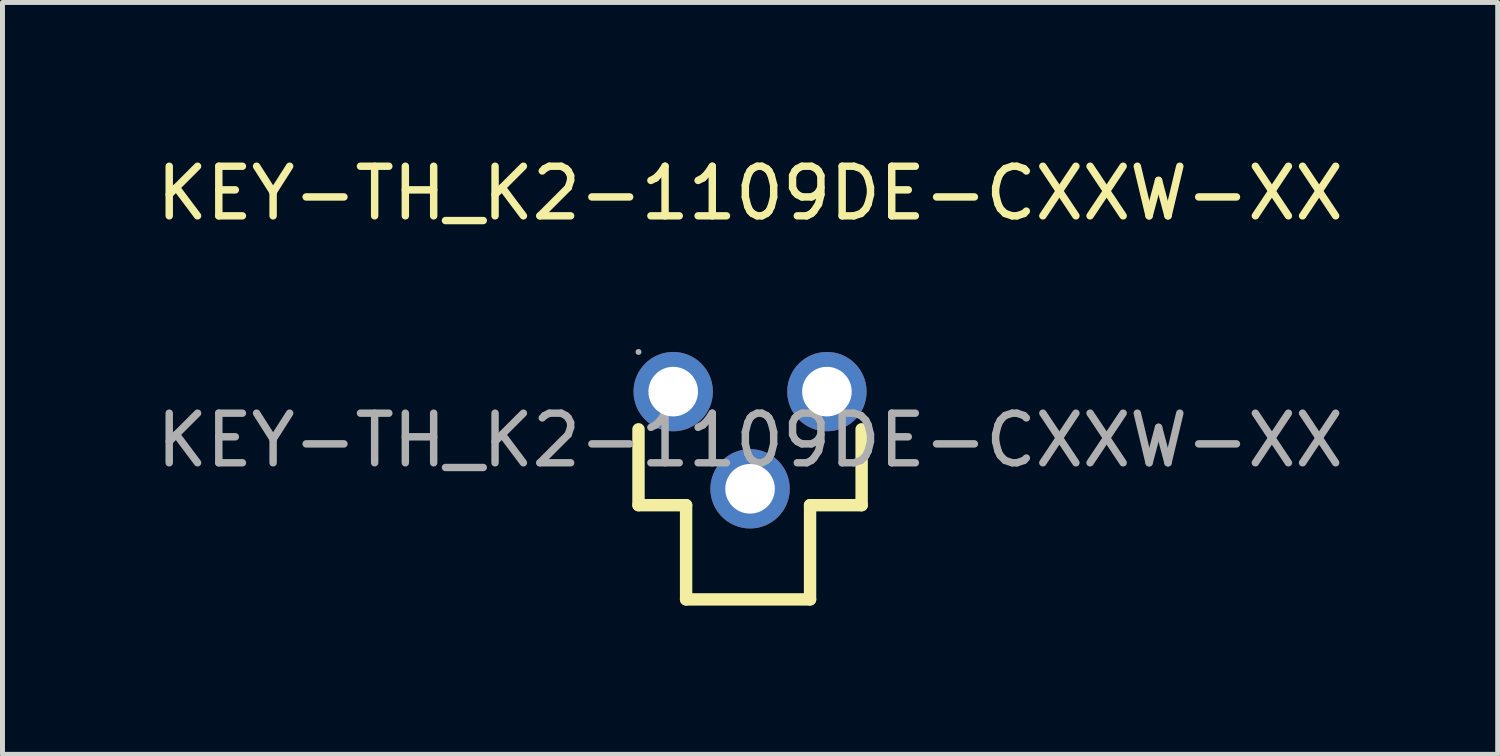
<source format=kicad_pcb>
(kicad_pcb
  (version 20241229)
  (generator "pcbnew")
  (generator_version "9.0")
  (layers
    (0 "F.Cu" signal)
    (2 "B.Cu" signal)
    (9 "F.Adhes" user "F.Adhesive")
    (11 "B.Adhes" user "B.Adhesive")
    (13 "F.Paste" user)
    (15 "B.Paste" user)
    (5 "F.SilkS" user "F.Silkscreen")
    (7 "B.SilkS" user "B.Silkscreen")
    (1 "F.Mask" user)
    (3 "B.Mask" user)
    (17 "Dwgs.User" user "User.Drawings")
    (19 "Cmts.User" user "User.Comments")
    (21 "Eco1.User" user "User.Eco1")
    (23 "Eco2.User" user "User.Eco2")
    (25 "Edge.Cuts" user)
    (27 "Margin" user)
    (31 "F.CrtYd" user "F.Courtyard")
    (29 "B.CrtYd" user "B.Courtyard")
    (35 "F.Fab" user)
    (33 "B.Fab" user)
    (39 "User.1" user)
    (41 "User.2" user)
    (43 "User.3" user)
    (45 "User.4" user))
  (footprint "KEY-TH_K2-1109DE-CXXW-XX"
    (layer "F.Cu")
    (at 12.077 5.828)
    (property "Reference" "KEY-TH_K2-1109DE-CXXW-XX" (at 0 -4.98 0) (layer "F.SilkS") (effects (font (size 1 1) (thickness 0.15))))
    (attr through_hole)
    (fp_line (start -2.25 1.31) (end -2.25 -0.22) (stroke (width 0.25) (type solid)) (layer "F.SilkS"))
    (fp_line (start -1.29 1.31) (end -2.25 1.31) (stroke (width 0.25) (type solid)) (layer "F.SilkS"))
    (fp_line (start -1.29 1.31) (end -1.29 3.21) (stroke (width 0.25) (type solid)) (layer "F.SilkS"))
    (fp_line (start -1.29 3.21) (end 1.21 3.21) (stroke (width 0.25) (type solid)) (layer "F.SilkS"))
    (fp_line (start 1.21 1.31) (end 1.21 3.21) (stroke (width 0.25) (type solid)) (layer "F.SilkS"))
    (fp_line (start 1.21 1.31) (end 2.25 1.31) (stroke (width 0.25) (type solid)) (layer "F.SilkS"))
    (fp_line (start 2.25 1.31) (end 2.25 -0.22) (stroke (width 0.25) (type solid)) (layer "F.SilkS"))
    (fp_circle (center -2.25 -1.78) (end -2.22 -1.78) (stroke (width 0.06) (type solid)) (fill no) (layer "F.Fab"))
    (fp_circle (center -1.55 -0.98) (end -1.35 -0.98) (stroke (width 0.4) (type solid)) (fill no) (layer "F.Fab"))
    (fp_circle (center 0 0.98) (end 0.2 0.98) (stroke (width 0.4) (type solid)) (fill no) (layer "F.Fab"))
    (fp_circle (center 1.55 -0.98) (end 1.75 -0.98) (stroke (width 0.4) (type solid)) (fill no) (layer "F.Fab"))
    (fp_text user "${REFERENCE}" (at 0 0 0) (layer "F.Fab") (effects (font (size 1 1) (thickness 0.15))))
    (pad "1" thru_hole circle (at -1.55 -0.98 90) (size 1.6 1.6) (drill 1) (layers "*.Cu" "*.Mask"))
    (pad "2" thru_hole circle (at 1.55 -0.98 90) (size 1.6 1.6) (drill 1) (layers "*.Cu" "*.Mask"))
    (pad "3" thru_hole circle (at 0 0.98 90) (size 1.6 1.6) (drill 1) (layers "*.Cu" "*.Mask")))
  (gr_rect
    (start -3 -3)
    (end 27.155 12.163)
    (stroke (width 0.1) (type default))
    (fill no)
    (layer "Edge.Cuts")))
</source>
